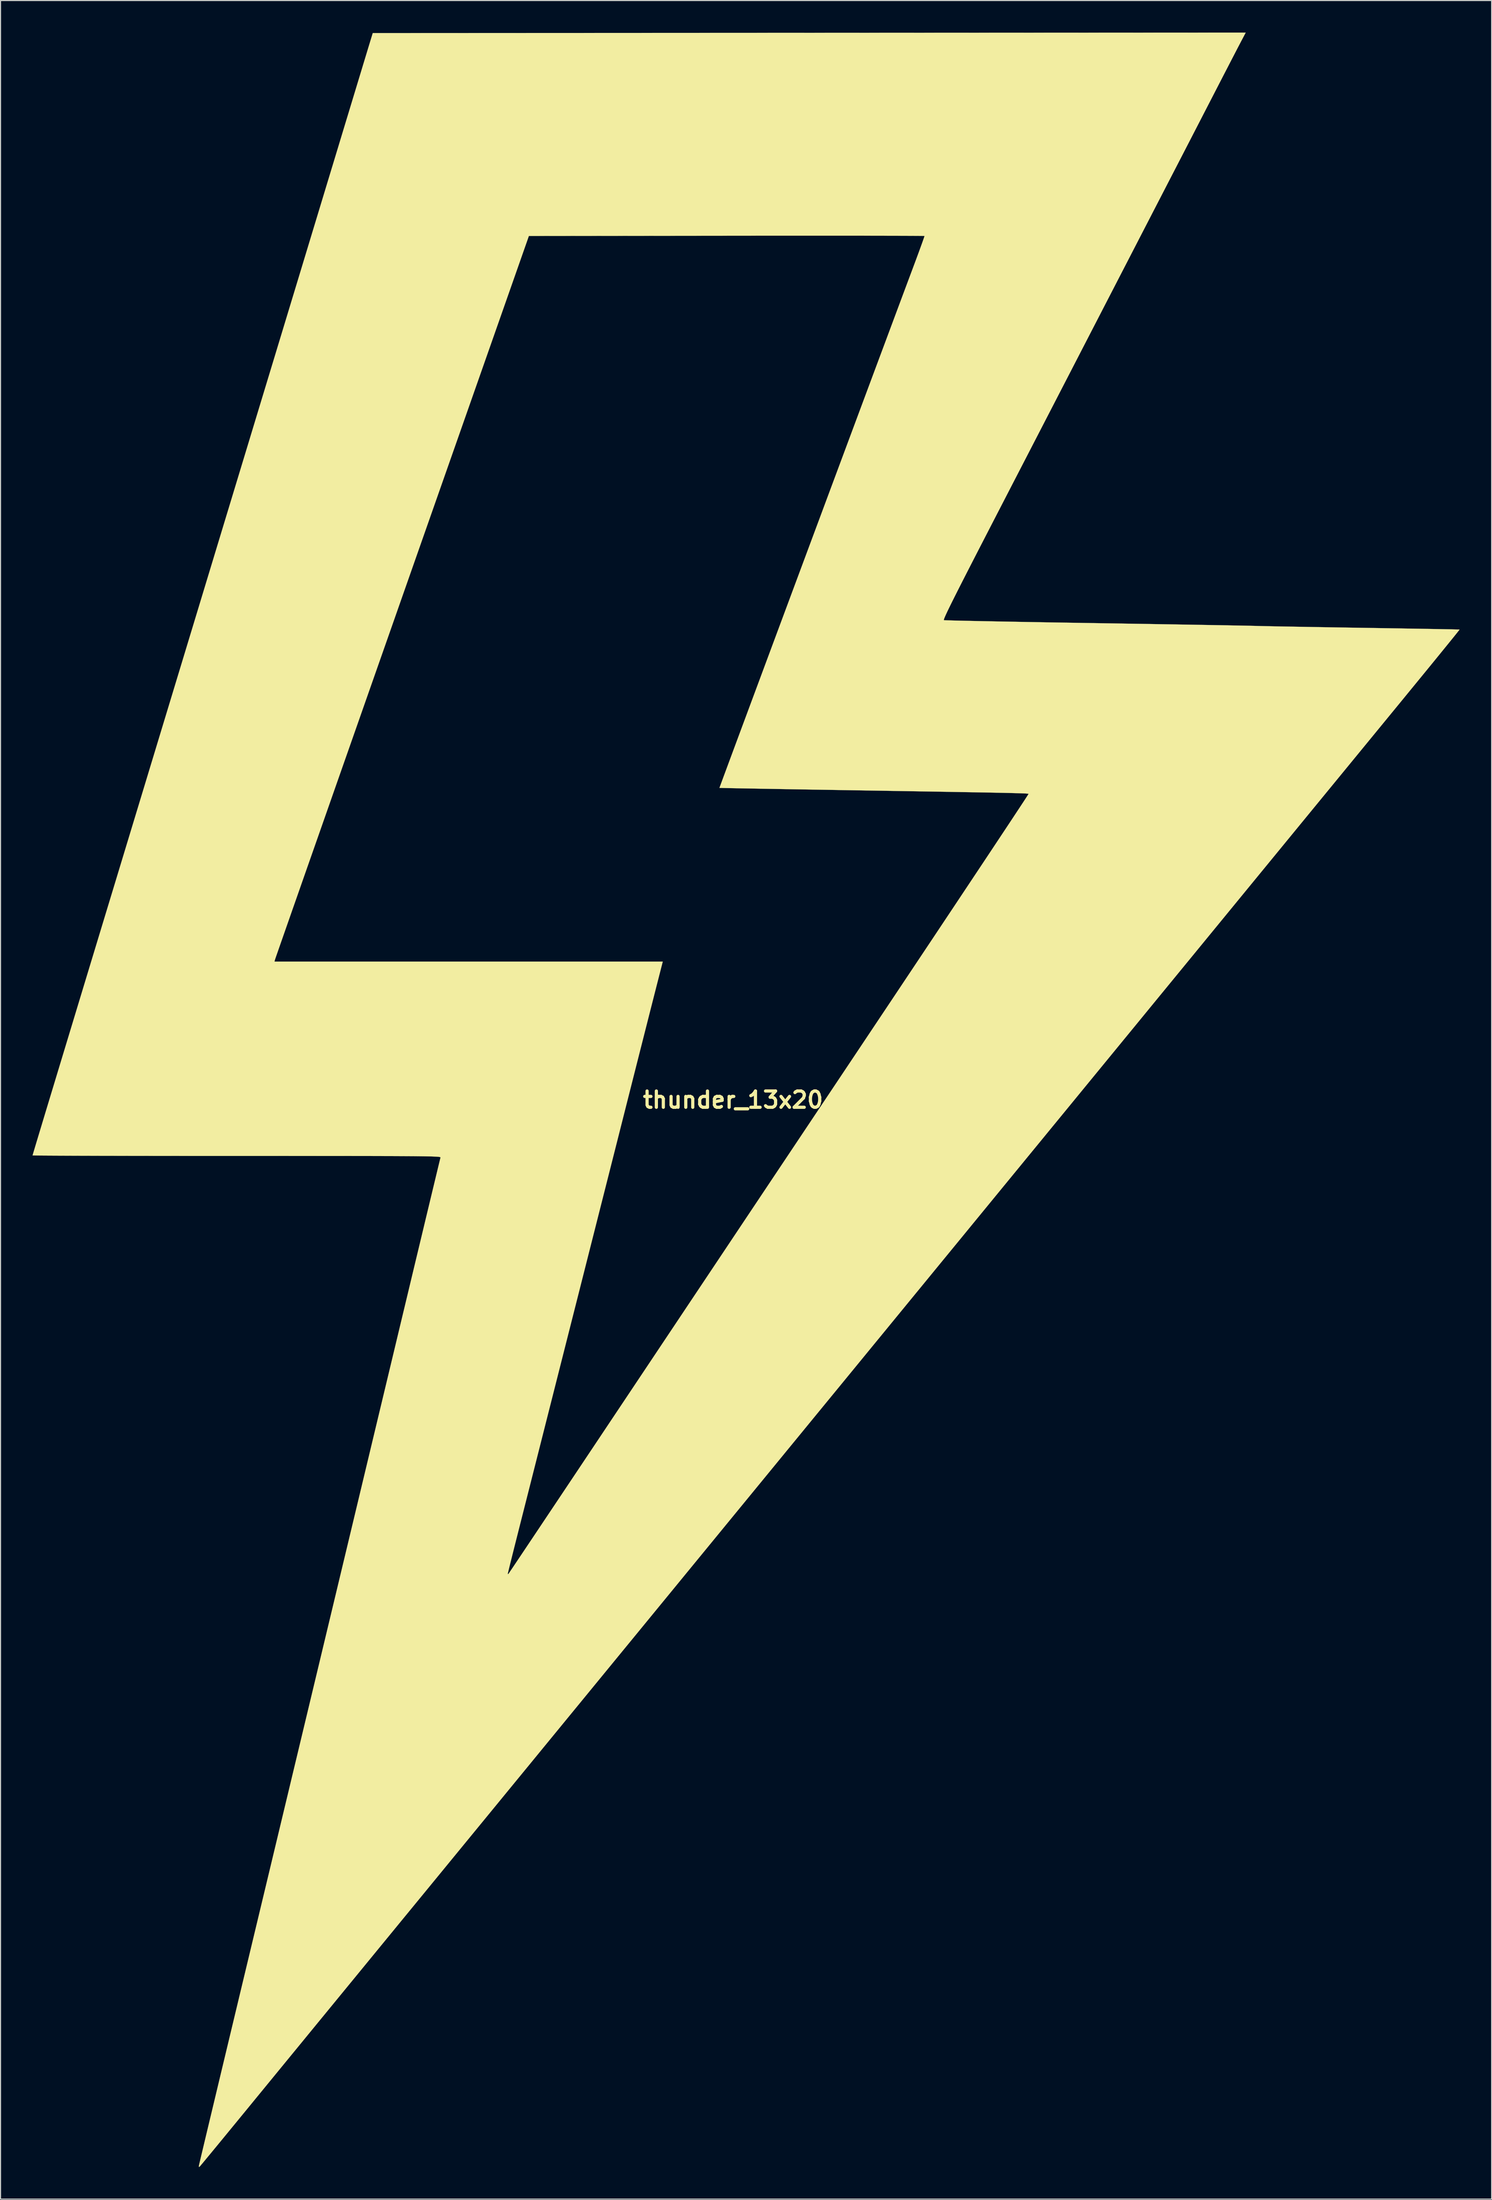
<source format=kicad_pcb>
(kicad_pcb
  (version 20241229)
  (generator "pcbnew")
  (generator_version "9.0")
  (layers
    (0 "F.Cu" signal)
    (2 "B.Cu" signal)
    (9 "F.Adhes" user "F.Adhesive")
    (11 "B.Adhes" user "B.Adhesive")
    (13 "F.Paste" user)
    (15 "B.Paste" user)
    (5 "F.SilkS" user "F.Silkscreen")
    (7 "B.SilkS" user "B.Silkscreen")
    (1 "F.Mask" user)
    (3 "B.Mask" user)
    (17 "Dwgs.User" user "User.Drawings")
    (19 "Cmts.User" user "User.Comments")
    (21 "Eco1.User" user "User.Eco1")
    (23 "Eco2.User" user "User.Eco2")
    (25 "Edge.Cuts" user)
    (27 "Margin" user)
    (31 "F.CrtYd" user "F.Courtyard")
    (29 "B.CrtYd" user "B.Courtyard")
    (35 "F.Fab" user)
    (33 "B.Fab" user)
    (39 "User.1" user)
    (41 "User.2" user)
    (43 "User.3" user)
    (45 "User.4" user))
  (footprint "thunder_13x20_F"
    (layer "F.Cu")
    (at 66.892 99.997)
    (property "Reference" "thunder_13x20_F" (at 0 0 0) (layer "F.SilkS") (effects (font (size 1.524 1.524) (thickness 0.3))))
    (attr through_hole)
    (fp_poly (pts (xy 46.366 -99.124) (xy 46.238 -98.879) (xy 46.041 -98.503) (xy 45.786 -98.011) (xy 45.481 -97.423) (xy 45.136 -96.755) (xy 44.759 -96.027) (xy 44.361 -95.256) (xy 43.95 -94.459) (xy 43.812 -94.192) (xy 43.368 -93.331) (xy 42.909 -92.442) (xy 42.449 -91.549) (xy 41.999 -90.678) (xy 41.575 -89.855) (xy 41.188 -89.106) (xy 40.852 -88.456) (xy 40.58 -87.93) (xy 40.578 -87.926) (xy 40.394 -87.57) (xy 40.139 -87.076) (xy 39.817 -86.454) (xy 39.437 -85.718) (xy 39.003 -84.878) (xy 38.521 -83.946) (xy 37.999 -82.935) (xy 37.441 -81.855) (xy 36.854 -80.719) (xy 36.245 -79.539) (xy 35.618 -78.325) (xy 34.98 -77.091) (xy 34.433 -76.031) (xy 33.727 -74.665) (xy 32.956 -73.172) (xy 32.13 -71.574) (xy 31.262 -69.893) (xy 30.363 -68.152) (xy 29.444 -66.374) (xy 28.518 -64.581) (xy 27.596 -62.797) (xy 26.69 -61.043) (xy 25.811 -59.342) (xy 24.971 -57.718) (xy 24.183 -56.192) (xy 23.912 -55.668) (xy 23.127 -54.148) (xy 22.417 -52.771) (xy 21.778 -51.532) (xy 21.208 -50.423) (xy 20.703 -49.438) (xy 20.26 -48.571) (xy 19.876 -47.815) (xy 19.548 -47.164) (xy 19.272 -46.612) (xy 19.045 -46.151) (xy 18.863 -45.775) (xy 18.725 -45.478) (xy 18.625 -45.254) (xy 18.561 -45.095) (xy 18.53 -44.996) (xy 18.529 -44.95) (xy 18.534 -44.945) (xy 18.632 -44.938) (xy 18.891 -44.928) (xy 19.301 -44.916) (xy 19.853 -44.902) (xy 20.539 -44.886) (xy 21.35 -44.869) (xy 22.277 -44.85) (xy 23.311 -44.83) (xy 24.443 -44.809) (xy 25.664 -44.786) (xy 26.965 -44.763) (xy 28.337 -44.739) (xy 29.772 -44.715) (xy 31.261 -44.691) (xy 32.724 -44.667) (xy 34.27 -44.643) (xy 35.78 -44.618) (xy 37.245 -44.595) (xy 38.655 -44.571) (xy 40 -44.549) (xy 41.27 -44.528) (xy 42.457 -44.507) (xy 43.549 -44.488) (xy 44.539 -44.471) (xy 45.415 -44.455) (xy 46.169 -44.441) (xy 46.79 -44.429) (xy 47.27 -44.419) (xy 47.599 -44.412) (xy 47.752 -44.407) (xy 47.97 -44.401) (xy 48.344 -44.392) (xy 48.863 -44.381) (xy 49.513 -44.368) (xy 50.283 -44.353) (xy 51.158 -44.338) (xy 52.128 -44.321) (xy 53.179 -44.302) (xy 54.298 -44.284) (xy 55.474 -44.264) (xy 56.693 -44.245) (xy 57.785 -44.227) (xy 59.009 -44.208) (xy 60.184 -44.189) (xy 61.3 -44.171) (xy 62.347 -44.153) (xy 63.312 -44.137) (xy 64.184 -44.122) (xy 64.954 -44.108) (xy 65.61 -44.095) (xy 66.14 -44.085) (xy 66.534 -44.076) (xy 66.781 -44.07) (xy 66.87 -44.066) (xy 66.87 -44.066) (xy 66.821 -43.999) (xy 66.672 -43.81) (xy 66.43 -43.508) (xy 66.102 -43.102) (xy 65.695 -42.601) (xy 65.217 -42.013) (xy 64.675 -41.347) (xy 64.076 -40.613) (xy 63.427 -39.82) (xy 62.735 -38.975) (xy 62.008 -38.088) (xy 61.627 -37.622) (xy 59.545 -35.085) (xy 57.559 -32.664) (xy 55.654 -30.342) (xy 53.819 -28.106) (xy 52.04 -25.938) (xy 50.306 -23.824) (xy 48.603 -21.748) (xy 46.919 -19.695) (xy 45.241 -17.649) (xy 43.557 -15.596) (xy 41.853 -13.518) (xy 40.117 -11.402) (xy 38.438 -9.356) (xy 37.448 -8.148) (xy 36.425 -6.9) (xy 35.38 -5.627) (xy 34.327 -4.343) (xy 33.277 -3.063) (xy 32.241 -1.8) (xy 31.231 -0.569) (xy 30.26 0.616) (xy 29.338 1.739) (xy 28.478 2.787) (xy 27.692 3.746) (xy 26.99 4.601) (xy 26.458 5.249) (xy 25.773 6.085) (xy 24.994 7.034) (xy 24.138 8.077) (xy 23.219 9.198) (xy 22.252 10.377) (xy 21.251 11.597) (xy 20.232 12.84) (xy 19.208 14.088) (xy 18.195 15.322) (xy 17.208 16.526) (xy 16.262 17.68) (xy 15.832 18.203) (xy 14.91 19.328) (xy 13.94 20.51) (xy 12.938 21.733) (xy 11.917 22.976) (xy 10.894 24.224) (xy 9.883 25.457) (xy 8.898 26.658) (xy 7.954 27.808) (xy 7.066 28.89) (xy 6.249 29.886) (xy 5.518 30.777) (xy 5.207 31.157) (xy 4.724 31.746) (xy 4.141 32.456) (xy 3.465 33.28) (xy 2.704 34.208) (xy 1.865 35.231) (xy 0.954 36.341) (xy -0.02 37.529) (xy -1.051 38.785) (xy -2.131 40.102) (xy -3.252 41.469) (xy -4.409 42.879) (xy -5.593 44.322) (xy -6.796 45.79) (xy -8.013 47.273) (xy -9.235 48.763) (xy -10.455 50.251) (xy -11.566 51.604) (xy -12.795 53.103) (xy -14.042 54.623) (xy -15.299 56.156) (xy -16.558 57.69) (xy -17.81 59.217) (xy -19.049 60.727) (xy -20.265 62.211) (xy -21.452 63.657) (xy -22.601 65.058) (xy -23.704 66.403) (xy -24.753 67.682) (xy -25.741 68.886) (xy -26.659 70.005) (xy -27.499 71.029) (xy -28.254 71.95) (xy -28.915 72.756) (xy -29.344 73.279) (xy -30.887 75.16) (xy -32.33 76.918) (xy -33.679 78.563) (xy -34.941 80.101) (xy -36.123 81.543) (xy -37.233 82.896) (xy -38.276 84.168) (xy -39.26 85.368) (xy -40.193 86.505) (xy -41.08 87.587) (xy -41.928 88.622) (xy -42.746 89.619) (xy -43.538 90.585) (xy -44.313 91.531) (xy -45.077 92.463) (xy -45.838 93.391) (xy -46.601 94.323) (xy -46.806 94.573) (xy -47.476 95.39) (xy -48.117 96.17) (xy -48.72 96.905) (xy -49.277 97.583) (xy -49.78 98.194) (xy -50.221 98.728) (xy -50.59 99.175) (xy -50.88 99.525) (xy -51.083 99.768) (xy -51.189 99.893) (xy -51.201 99.907) (xy -51.286 99.976) (xy -51.304 99.922) (xy -51.281 99.78) (xy -51.257 99.675) (xy -51.195 99.413) (xy -51.098 99.001) (xy -50.965 98.446) (xy -50.801 97.756) (xy -50.606 96.939) (xy -50.382 96.001) (xy -50.13 94.95) (xy -49.853 93.793) (xy -49.553 92.538) (xy -49.231 91.191) (xy -48.888 89.762) (xy -48.527 88.255) (xy -48.15 86.681) (xy -47.757 85.044) (xy -47.352 83.353) (xy -46.935 81.616) (xy -46.651 80.433) (xy -46.069 78.006) (xy -45.509 75.673) (xy -44.969 73.423) (xy -44.447 71.246) (xy -43.939 69.13) (xy -43.444 67.065) (xy -42.958 65.041) (xy -42.48 63.045) (xy -42.005 61.069) (xy -41.533 59.1) (xy -41.06 57.128) (xy -40.584 55.143) (xy -40.102 53.134) (xy -39.612 51.089) (xy -39.111 48.998) (xy -38.596 46.851) (xy -38.065 44.636) (xy -37.515 42.344) (xy -36.944 39.962) (xy -36.349 37.48) (xy -35.728 34.888) (xy -35.078 32.175) (xy -34.396 29.33) (xy -33.679 26.342) (xy -32.926 23.201) (xy -32.895 23.072) (xy -32.491 21.383) (xy -32.096 19.737) (xy -31.713 18.142) (xy -31.345 16.605) (xy -30.992 15.134) (xy -30.656 13.737) (xy -30.34 12.42) (xy -30.046 11.192) (xy -29.774 10.061) (xy -29.527 9.033) (xy -29.307 8.118) (xy -29.115 7.321) (xy -28.954 6.652) (xy -28.825 6.117) (xy -28.73 5.725) (xy -28.671 5.482) (xy -28.65 5.397) (xy -28.651 5.381) (xy -28.668 5.366) (xy -28.708 5.352) (xy -28.776 5.339) (xy -28.881 5.327) (xy -29.027 5.317) (xy -29.222 5.307) (xy -29.472 5.298) (xy -29.783 5.291) (xy -30.162 5.284) (xy -30.615 5.278) (xy -31.149 5.272) (xy -31.771 5.268) (xy -32.486 5.264) (xy -33.301 5.26) (xy -34.223 5.258) (xy -35.257 5.255) (xy -36.412 5.253) (xy -37.692 5.252) (xy -39.104 5.251) (xy -40.656 5.25) (xy -42.353 5.25) (xy -44.202 5.249) (xy -46.208 5.249) (xy -47.746 5.249) (xy -49.534 5.249) (xy -51.277 5.248) (xy -52.966 5.247) (xy -54.596 5.246) (xy -56.158 5.244) (xy -57.644 5.242) (xy -59.048 5.239) (xy -60.361 5.237) (xy -61.576 5.233) (xy -62.686 5.23) (xy -63.683 5.226) (xy -64.559 5.222) (xy -65.307 5.218) (xy -65.92 5.214) (xy -66.389 5.21) (xy -66.708 5.205) (xy -66.868 5.2) (xy -66.887 5.198) (xy -66.875 5.153) (xy -66.838 5.027) (xy -66.775 4.816) (xy -66.686 4.517) (xy -66.569 4.126) (xy -66.423 3.64) (xy -66.247 3.056) (xy -66.039 2.369) (xy -65.8 1.576) (xy -65.527 0.674) (xy -65.22 -0.34) (xy -64.877 -1.471) (xy -64.498 -2.722) (xy -64.082 -4.096) (xy -63.627 -5.597) (xy -63.132 -7.229) (xy -62.597 -8.995) (xy -62.02 -10.898) (xy -61.4 -12.942) (xy -61.396 -12.954) (xy -44.216 -12.954) (xy -7.82 -12.954) (xy -8.389 -10.732) (xy -8.495 -10.315) (xy -8.639 -9.751) (xy -8.816 -9.055) (xy -9.023 -8.243) (xy -9.254 -7.332) (xy -9.507 -6.337) (xy -9.776 -5.275) (xy -10.059 -4.162) (xy -10.35 -3.014) (xy -10.646 -1.846) (xy -10.91 -0.804) (xy -11.153 0.155) (xy -11.434 1.266) (xy -11.751 2.516) (xy -12.099 3.892) (xy -12.477 5.383) (xy -12.88 6.975) (xy -13.306 8.655) (xy -13.752 10.413) (xy -14.213 12.234) (xy -14.688 14.106) (xy -15.172 16.017) (xy -15.663 17.955) (xy -16.158 19.906) (xy -16.653 21.858) (xy -17.145 23.799) (xy -17.631 25.716) (xy -18.107 27.597) (xy -18.572 29.428) (xy -19.02 31.198) (xy -19.45 32.894) (xy -19.858 34.504) (xy -20.241 36.014) (xy -20.596 37.413) (xy -20.919 38.687) (xy -21.208 39.825) (xy -21.298 40.181) (xy -21.503 40.993) (xy -21.696 41.755) (xy -21.871 42.451) (xy -22.025 43.067) (xy -22.154 43.585) (xy -22.253 43.991) (xy -22.32 44.269) (xy -22.351 44.402) (xy -22.352 44.411) (xy -22.311 44.431) (xy -22.28 44.403) (xy -22.226 44.326) (xy -22.083 44.114) (xy -21.855 43.776) (xy -21.548 43.318) (xy -21.165 42.747) (xy -20.712 42.071) (xy -20.193 41.295) (xy -19.613 40.429) (xy -18.977 39.477) (xy -18.289 38.448) (xy -17.554 37.349) (xy -16.777 36.186) (xy -15.962 34.967) (xy -15.115 33.698) (xy -14.239 32.387) (xy -13.616 31.454) (xy -12.859 30.32) (xy -12.015 29.056) (xy -11.089 27.67) (xy -10.089 26.172) (xy -9.02 24.572) (xy -7.89 22.879) (xy -6.704 21.104) (xy -5.47 19.255) (xy -4.192 17.343) (xy -2.879 15.377) (xy -1.536 13.366) (xy -0.171 11.321) (xy 1.212 9.251) (xy 2.605 7.165) (xy 4.002 5.074) (xy 5.396 2.987) (xy 6.781 0.914) (xy 8.15 -1.136) (xy 9.498 -3.153) (xy 10.747 -5.023) (xy 11.958 -6.837) (xy 13.146 -8.615) (xy 14.305 -10.352) (xy 15.433 -12.043) (xy 16.526 -13.681) (xy 17.581 -15.263) (xy 18.593 -16.783) (xy 19.561 -18.236) (xy 20.48 -19.617) (xy 21.347 -20.92) (xy 22.159 -22.14) (xy 22.912 -23.273) (xy 23.602 -24.313) (xy 24.227 -25.254) (xy 24.783 -26.093) (xy 25.265 -26.823) (xy 25.672 -27.439) (xy 26 -27.937) (xy 26.244 -28.311) (xy 26.402 -28.556) (xy 26.471 -28.667) (xy 26.473 -28.673) (xy 26.453 -28.681) (xy 26.403 -28.69) (xy 26.318 -28.698) (xy 26.19 -28.707) (xy 26.012 -28.715) (xy 25.778 -28.724) (xy 25.48 -28.734) (xy 25.112 -28.744) (xy 24.666 -28.755) (xy 24.136 -28.767) (xy 23.515 -28.78) (xy 22.795 -28.794) (xy 21.969 -28.809) (xy 21.032 -28.826) (xy 19.975 -28.844) (xy 18.791 -28.865) (xy 17.475 -28.887) (xy 16.018 -28.911) (xy 14.414 -28.938) (xy 12.656 -28.967) (xy 10.737 -28.998) (xy 10.377 -29.004) (xy 8.915 -29.028) (xy 7.499 -29.052) (xy 6.14 -29.074) (xy 4.846 -29.096) (xy 3.626 -29.117) (xy 2.489 -29.137) (xy 1.445 -29.155) (xy 0.503 -29.172) (xy -0.328 -29.187) (xy -1.039 -29.201) (xy -1.62 -29.212) (xy -2.062 -29.221) (xy -2.357 -29.228) (xy -2.494 -29.232) (xy -2.503 -29.233) (xy -2.475 -29.313) (xy -2.39 -29.543) (xy -2.252 -29.918) (xy -2.063 -30.43) (xy -1.825 -31.071) (xy -1.542 -31.835) (xy -1.216 -32.713) (xy -0.85 -33.699) (xy -0.446 -34.786) (xy -0.007 -35.966) (xy 0.463 -37.232) (xy 0.963 -38.576) (xy 1.49 -39.992) (xy 2.04 -41.472) (xy 2.612 -43.008) (xy 3.202 -44.594) (xy 3.808 -46.222) (xy 4.427 -47.886) (xy 5.057 -49.577) (xy 5.694 -51.288) (xy 6.336 -53.012) (xy 6.981 -54.742) (xy 7.624 -56.471) (xy 8.265 -58.191) (xy 8.9 -59.895) (xy 9.526 -61.576) (xy 10.141 -63.226) (xy 10.742 -64.839) (xy 11.326 -66.406) (xy 11.891 -67.921) (xy 12.434 -69.376) (xy 12.952 -70.764) (xy 13.442 -72.078) (xy 13.902 -73.311) (xy 14.329 -74.455) (xy 14.72 -75.503) (xy 15.073 -76.447) (xy 15.385 -77.281) (xy 15.653 -77.997) (xy 15.693 -78.105) (xy 15.936 -78.755) (xy 16.157 -79.353) (xy 16.35 -79.882) (xy 16.51 -80.324) (xy 16.628 -80.66) (xy 16.7 -80.872) (xy 16.718 -80.941) (xy 16.632 -80.945) (xy 16.385 -80.949) (xy 15.984 -80.952) (xy 15.436 -80.955) (xy 14.75 -80.958) (xy 13.933 -80.96) (xy 12.993 -80.962) (xy 11.937 -80.964) (xy 10.773 -80.965) (xy 9.509 -80.966) (xy 8.152 -80.967) (xy 6.71 -80.967) (xy 5.191 -80.967) (xy 3.603 -80.967) (xy 1.952 -80.966) (xy 0.248 -80.964) (xy -1.503 -80.963) (xy -1.836 -80.962) (xy -20.368 -80.941) (xy -32.244 -47.138) (xy -33.057 -44.821) (xy -33.857 -42.544) (xy -34.641 -40.312) (xy -35.407 -38.131) (xy -36.153 -36.005) (xy -36.878 -33.94) (xy -37.58 -31.941) (xy -38.257 -30.014) (xy -38.906 -28.163) (xy -39.527 -26.393) (xy -40.117 -24.711) (xy -40.675 -23.121) (xy -41.199 -21.629) (xy -41.686 -20.239) (xy -42.135 -18.957) (xy -42.545 -17.789) (xy -42.913 -16.738) (xy -43.237 -15.812) (xy -43.516 -15.014) (xy -43.748 -14.351) (xy -43.931 -13.827) (xy -44.063 -13.448) (xy -44.142 -13.218) (xy -44.167 -13.145) (xy -44.216 -12.954) (xy -61.396 -12.954) (xy -60.736 -15.13) (xy -60.027 -17.467) (xy -59.271 -19.955) (xy -58.469 -22.599) (xy -57.658 -25.273) (xy -57.388 -26.162) (xy -57.073 -27.2) (xy -56.716 -28.376) (xy -56.321 -29.676) (xy -55.893 -31.09) (xy -55.433 -32.603) (xy -54.948 -34.204) (xy -54.439 -35.88) (xy -53.911 -37.62) (xy -53.368 -39.41) (xy -52.813 -41.238) (xy -52.251 -43.092) (xy -51.684 -44.959) (xy -51.117 -46.828) (xy -50.554 -48.686) (xy -49.997 -50.519) (xy -49.784 -51.223) (xy -49.25 -52.982) (xy -48.719 -54.733) (xy -48.192 -56.468) (xy -47.674 -58.177) (xy -47.166 -59.85) (xy -46.672 -61.477) (xy -46.196 -63.048) (xy -45.739 -64.554) (xy -45.305 -65.984) (xy -44.897 -67.329) (xy -44.518 -68.578) (xy -44.17 -69.723) (xy -43.858 -70.753) (xy -43.583 -71.658) (xy -43.349 -72.429) (xy -43.159 -73.056) (xy -43.04 -73.448) (xy -42.838 -74.114) (xy -42.592 -74.926) (xy -42.306 -75.866) (xy -41.987 -76.918) (xy -41.639 -78.066) (xy -41.267 -79.293) (xy -40.876 -80.583) (xy -40.471 -81.918) (xy -40.057 -83.282) (xy -39.64 -84.658) (xy -39.224 -86.031) (xy -38.814 -87.382) (xy -38.764 -87.545) (xy -38.378 -88.819) (xy -38 -90.067) (xy -37.633 -91.277) (xy -37.281 -92.436) (xy -36.948 -93.534) (xy -36.637 -94.559) (xy -36.352 -95.499) (xy -36.096 -96.342) (xy -35.874 -97.076) (xy -35.687 -97.691) (xy -35.541 -98.173) (xy -35.438 -98.512) (xy -35.4 -98.637) (xy -35 -99.949) (xy 5.912 -99.97) (xy 46.824 -99.992) (xy 46.366 -99.124)) (stroke (width 0.01) (type solid)) (fill yes) (layer "F.SilkS")))
  (gr_rect
    (start -3 -3)
    (end 136.767 202.977)
    (stroke (width 0.1) (type default))
    (fill no)
    (layer "Edge.Cuts")))
</source>
